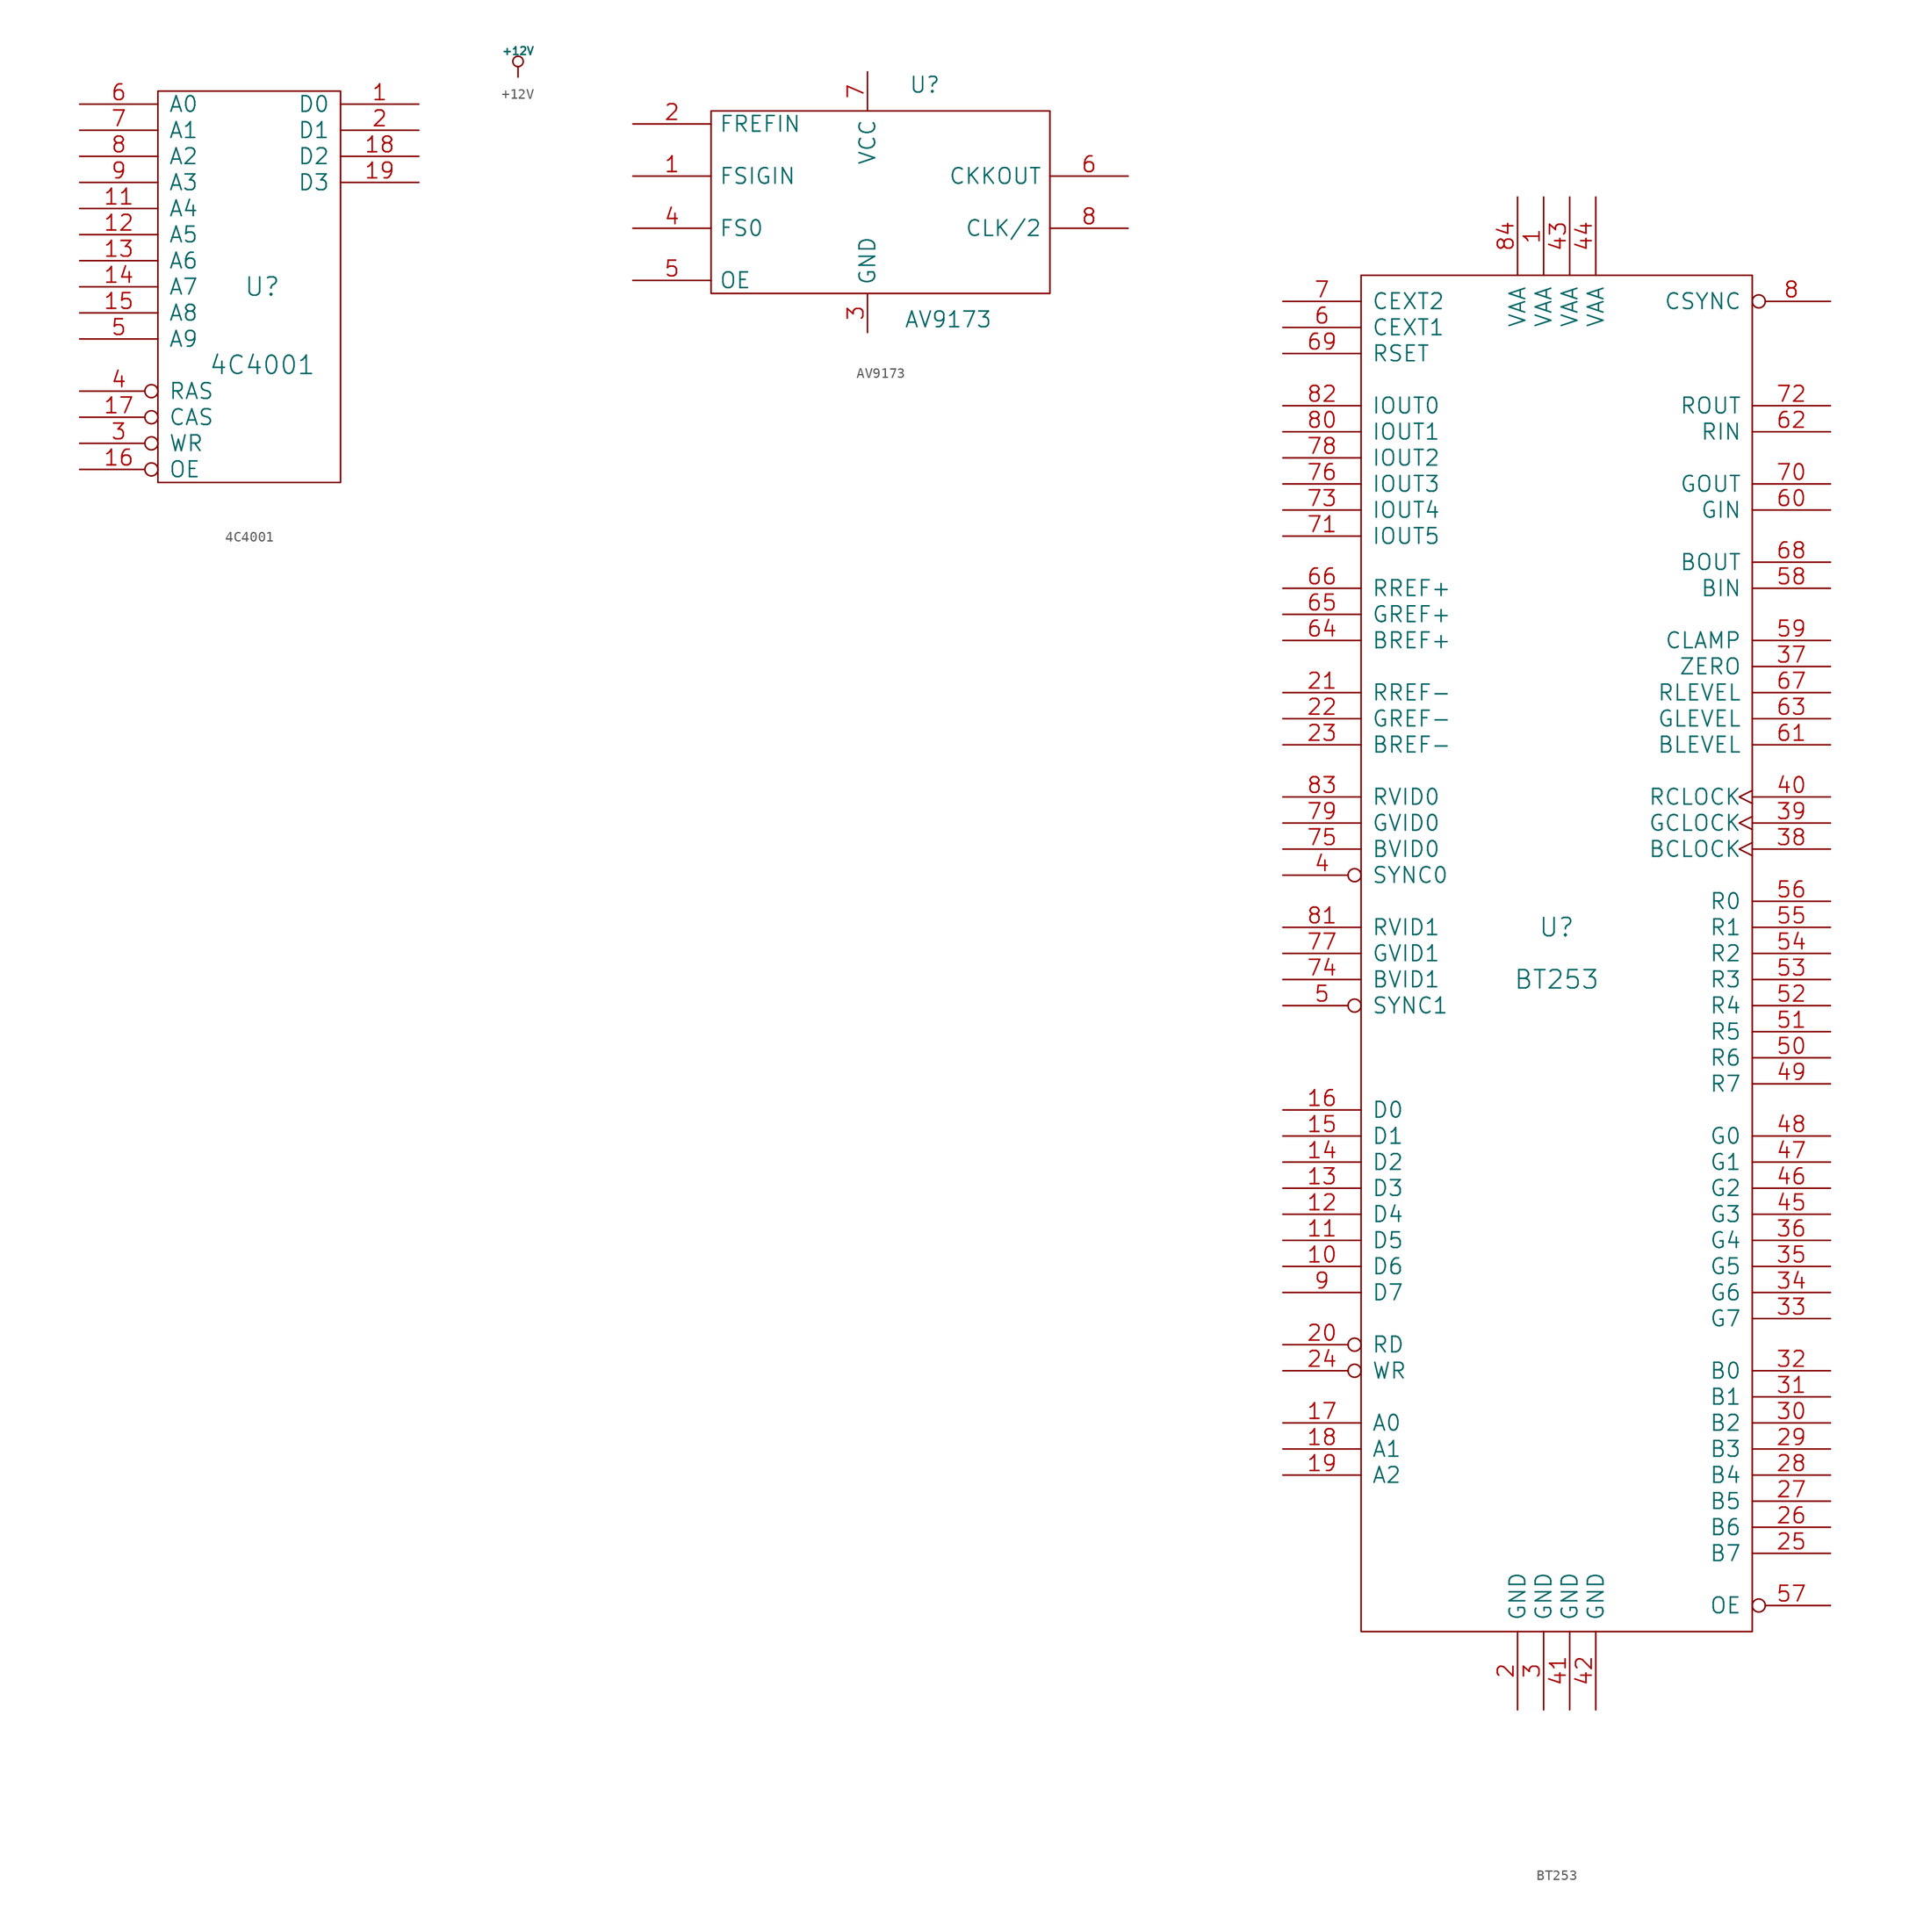
<source format=kicad_sym>
(kicad_symbol_lib
  (version 20231120)
  (generator "kicad_symbol_editor")
  (generator_version "8.0")
  (symbol "4C4001"
    (pin_names
      (offset 1.016))
    (property "Reference" "U"
      (at 1.27 0 0)
      (effects (font (size 1.778 1.778))))
    (property "Value" "4C4001"
      (at 1.27 -7.62 0)
      (effects (font (size 1.778 1.778))))
    (property "Footprint" ""
      (at 0 0 0)
      (effects (font (size 1.524 1.524))))
    (property "Datasheet" ""
      (at 0 0 0)
      (effects (font (size 1.524 1.524))))
    (symbol "4C4001_0_1"
      (rectangle (start -8.89 19.05) (end 8.89 -19.05) (stroke (width 0) (type default)) (fill (type none))))
    (symbol "4C4001_1_1"
      (pin tri_state line (at 16.51 17.78 180) (length 7.62) (name "D0" (effects (font (size 1.524 1.524)))) (number "1" (effects (font (size 1.524 1.524)))))
      (pin power_in line (at -6.35 19.05 90) (length 0) hide (name "VCC" (effects (font (size 1.524 1.524)))) (number "10" (effects (font (size 1.524 1.524)))))
      (pin input line (at -16.51 7.62 0) (length 7.62) (name "A4" (effects (font (size 1.524 1.524)))) (number "11" (effects (font (size 1.524 1.524)))))
      (pin input line (at -16.51 5.08 0) (length 7.62) (name "A5" (effects (font (size 1.524 1.524)))) (number "12" (effects (font (size 1.524 1.524)))))
      (pin input line (at -16.51 2.54 0) (length 7.62) (name "A6" (effects (font (size 1.524 1.524)))) (number "13" (effects (font (size 1.524 1.524)))))
      (pin input line (at -16.51 0 0) (length 7.62) (name "A7" (effects (font (size 1.524 1.524)))) (number "14" (effects (font (size 1.524 1.524)))))
      (pin input line (at -16.51 -2.54 0) (length 7.62) (name "A8" (effects (font (size 1.524 1.524)))) (number "15" (effects (font (size 1.524 1.524)))))
      (pin input inverted (at -16.51 -17.78 0) (length 7.62) (name "OE" (effects (font (size 1.524 1.524)))) (number "16" (effects (font (size 1.524 1.524)))))
      (pin input inverted (at -16.51 -12.7 0) (length 7.62) (name "CAS" (effects (font (size 1.524 1.524)))) (number "17" (effects (font (size 1.524 1.524)))))
      (pin tri_state line (at 16.51 12.7 180) (length 7.62) (name "D2" (effects (font (size 1.524 1.524)))) (number "18" (effects (font (size 1.524 1.524)))))
      (pin tri_state line (at 16.51 10.16 180) (length 7.62) (name "D3" (effects (font (size 1.524 1.524)))) (number "19" (effects (font (size 1.524 1.524)))))
      (pin tri_state line (at 16.51 15.24 180) (length 7.62) (name "D1" (effects (font (size 1.524 1.524)))) (number "2" (effects (font (size 1.524 1.524)))))
      (pin power_in line (at -6.35 -19.05 90) (length 0) hide (name "GND" (effects (font (size 1.524 1.524)))) (number "20" (effects (font (size 1.524 1.524)))))
      (pin input inverted (at -16.51 -15.24 0) (length 7.62) (name "WR" (effects (font (size 1.524 1.524)))) (number "3" (effects (font (size 1.524 1.524)))))
      (pin input inverted (at -16.51 -10.16 0) (length 7.62) (name "RAS" (effects (font (size 1.524 1.524)))) (number "4" (effects (font (size 1.524 1.524)))))
      (pin input line (at -16.51 -5.08 0) (length 7.62) (name "A9" (effects (font (size 1.524 1.524)))) (number "5" (effects (font (size 1.524 1.524)))))
      (pin input line (at -16.51 17.78 0) (length 7.62) (name "A0" (effects (font (size 1.524 1.524)))) (number "6" (effects (font (size 1.524 1.524)))))
      (pin input line (at -16.51 15.24 0) (length 7.62) (name "A1" (effects (font (size 1.524 1.524)))) (number "7" (effects (font (size 1.524 1.524)))))
      (pin input line (at -16.51 12.7 0) (length 7.62) (name "A2" (effects (font (size 1.524 1.524)))) (number "8" (effects (font (size 1.524 1.524)))))
      (pin input line (at -16.51 10.16 0) (length 7.62) (name "A3" (effects (font (size 1.524 1.524)))) (number "9" (effects (font (size 1.524 1.524)))))))
  (symbol "+12V"
    (power)
    (pin_numbers hide)
    (pin_names
      (offset 0))
    (property "Reference" "#PWR"
      (at 0 -1.27 0)
      (effects (font (size 0.508 0.508)) (hide yes)))
    (property "Value" "+12V"
      (at 0 2.54 0)
      (effects (font (size 0.762 0.762))))
    (property "Footprint" ""
      (at 0 0 0)
      (effects (font (size 1.524 1.524))))
    (property "Datasheet" ""
      (at 0 0 0)
      (effects (font (size 1.524 1.524))))
    (symbol "+12V_0_0"
      (pin power_in line (at 0 0 90) (length 0) hide (name "+12V" (effects (font (size 0.762 0.762)))) (number "1" (effects (font (size 0.508 0.508))))))
    (symbol "+12V_0_1"
      (polyline (pts (xy 0 0) (xy 0 1.016) (xy 0 1.016)) (stroke (width 0) (type default)) (fill (type none)))
      (circle (center 0 1.524) (radius 0.508) (stroke (width 0) (type default)) (fill (type none)))))
  (symbol "AV9173"
    (pin_names
      (offset 0.762))
    (property "Reference" "U"
      (at 4.318 11.43 0)
      (effects (font (size 1.524 1.524))))
    (property "Value" "AV9173"
      (at 6.604 -11.43 0)
      (effects (font (size 1.524 1.524))))
    (property "Footprint" ""
      (at 0 0 0)
      (effects (font (size 1.524 1.524))))
    (property "Datasheet" ""
      (at 0 0 0)
      (effects (font (size 1.524 1.524))))
    (symbol "AV9173_0_1"
      (rectangle (start -16.51 8.89) (end 16.51 -8.89) (stroke (width 0) (type default)) (fill (type none))))
    (symbol "AV9173_1_1"
      (pin input line (at -24.13 2.54 0) (length 7.62) (name "FSIGIN" (effects (font (size 1.524 1.524)))) (number "1" (effects (font (size 1.524 1.524)))))
      (pin input line (at -24.13 7.62 0) (length 7.62) (name "FREFIN" (effects (font (size 1.524 1.524)))) (number "2" (effects (font (size 1.524 1.524)))))
      (pin input line (at -1.27 -12.7 90) (length 3.81) (name "GND" (effects (font (size 1.524 1.524)))) (number "3" (effects (font (size 1.524 1.524)))))
      (pin input line (at -24.13 -2.54 0) (length 7.62) (name "FS0" (effects (font (size 1.524 1.524)))) (number "4" (effects (font (size 1.524 1.524)))))
      (pin input line (at -24.13 -7.62 0) (length 7.62) (name "OE" (effects (font (size 1.524 1.524)))) (number "5" (effects (font (size 1.524 1.524)))))
      (pin tri_state line (at 24.13 2.54 180) (length 7.62) (name "CKKOUT" (effects (font (size 1.524 1.524)))) (number "6" (effects (font (size 1.524 1.524)))))
      (pin input line (at -1.27 12.7 270) (length 3.81) (name "VCC" (effects (font (size 1.524 1.524)))) (number "7" (effects (font (size 1.524 1.524)))))
      (pin tri_state line (at 24.13 -2.54 180) (length 7.62) (name "CLK/2" (effects (font (size 1.524 1.524)))) (number "8" (effects (font (size 1.524 1.524)))))))
  (symbol "BT253"
    (pin_names
      (offset 1.016))
    (property "Reference" "U"
      (at 0 2.54 0)
      (effects (font (size 1.778 1.778))))
    (property "Value" "BT253"
      (at 0 -2.54 0)
      (effects (font (size 1.778 1.778))))
    (property "Footprint" ""
      (at 0 0 0)
      (effects (font (size 1.524 1.524))))
    (property "Datasheet" ""
      (at 0 0 0)
      (effects (font (size 1.524 1.524))))
    (symbol "BT253_0_1"
      (rectangle (start -19.05 -66.04) (end 19.05 66.04) (stroke (width 0) (type default)) (fill (type none))))
    (symbol "BT253_1_1"
      (pin input line (at -1.27 73.66 270) (length 7.62) (name "VAA" (effects (font (size 1.524 1.524)))) (number "1" (effects (font (size 1.524 1.524)))))
      (pin tri_state line (at -26.67 -30.48 0) (length 7.62) (name "D6" (effects (font (size 1.524 1.524)))) (number "10" (effects (font (size 1.524 1.524)))))
      (pin tri_state line (at -26.67 -27.94 0) (length 7.62) (name "D5" (effects (font (size 1.524 1.524)))) (number "11" (effects (font (size 1.524 1.524)))))
      (pin tri_state line (at -26.67 -25.4 0) (length 7.62) (name "D4" (effects (font (size 1.524 1.524)))) (number "12" (effects (font (size 1.524 1.524)))))
      (pin tri_state line (at -26.67 -22.86 0) (length 7.62) (name "D3" (effects (font (size 1.524 1.524)))) (number "13" (effects (font (size 1.524 1.524)))))
      (pin tri_state line (at -26.67 -20.32 0) (length 7.62) (name "D2" (effects (font (size 1.524 1.524)))) (number "14" (effects (font (size 1.524 1.524)))))
      (pin tri_state line (at -26.67 -17.78 0) (length 7.62) (name "D1" (effects (font (size 1.524 1.524)))) (number "15" (effects (font (size 1.524 1.524)))))
      (pin tri_state line (at -26.67 -15.24 0) (length 7.62) (name "D0" (effects (font (size 1.524 1.524)))) (number "16" (effects (font (size 1.524 1.524)))))
      (pin input line (at -26.67 -45.72 0) (length 7.62) (name "A0" (effects (font (size 1.524 1.524)))) (number "17" (effects (font (size 1.524 1.524)))))
      (pin input line (at -26.67 -48.26 0) (length 7.62) (name "A1" (effects (font (size 1.524 1.524)))) (number "18" (effects (font (size 1.524 1.524)))))
      (pin input line (at -26.67 -50.8 0) (length 7.62) (name "A2" (effects (font (size 1.524 1.524)))) (number "19" (effects (font (size 1.524 1.524)))))
      (pin input line (at -3.81 -73.66 90) (length 7.62) (name "GND" (effects (font (size 1.524 1.524)))) (number "2" (effects (font (size 1.524 1.524)))))
      (pin input inverted (at -26.67 -38.1 0) (length 7.62) (name "RD" (effects (font (size 1.524 1.524)))) (number "20" (effects (font (size 1.524 1.524)))))
      (pin input line (at -26.67 25.4 0) (length 7.62) (name "RREF-" (effects (font (size 1.524 1.524)))) (number "21" (effects (font (size 1.524 1.524)))))
      (pin input line (at -26.67 22.86 0) (length 7.62) (name "GREF-" (effects (font (size 1.524 1.524)))) (number "22" (effects (font (size 1.524 1.524)))))
      (pin input line (at -26.67 20.32 0) (length 7.62) (name "BREF-" (effects (font (size 1.524 1.524)))) (number "23" (effects (font (size 1.524 1.524)))))
      (pin input inverted (at -26.67 -40.64 0) (length 7.62) (name "WR" (effects (font (size 1.524 1.524)))) (number "24" (effects (font (size 1.524 1.524)))))
      (pin tri_state line (at 26.67 -58.42 180) (length 7.62) (name "B7" (effects (font (size 1.524 1.524)))) (number "25" (effects (font (size 1.524 1.524)))))
      (pin tri_state line (at 26.67 -55.88 180) (length 7.62) (name "B6" (effects (font (size 1.524 1.524)))) (number "26" (effects (font (size 1.524 1.524)))))
      (pin tri_state line (at 26.67 -53.34 180) (length 7.62) (name "B5" (effects (font (size 1.524 1.524)))) (number "27" (effects (font (size 1.524 1.524)))))
      (pin tri_state line (at 26.67 -50.8 180) (length 7.62) (name "B4" (effects (font (size 1.524 1.524)))) (number "28" (effects (font (size 1.524 1.524)))))
      (pin tri_state line (at 26.67 -48.26 180) (length 7.62) (name "B3" (effects (font (size 1.524 1.524)))) (number "29" (effects (font (size 1.524 1.524)))))
      (pin input line (at -1.27 -73.66 90) (length 7.62) (name "GND" (effects (font (size 1.524 1.524)))) (number "3" (effects (font (size 1.524 1.524)))))
      (pin tri_state line (at 26.67 -45.72 180) (length 7.62) (name "B2" (effects (font (size 1.524 1.524)))) (number "30" (effects (font (size 1.524 1.524)))))
      (pin tri_state line (at 26.67 -43.18 180) (length 7.62) (name "B1" (effects (font (size 1.524 1.524)))) (number "31" (effects (font (size 1.524 1.524)))))
      (pin tri_state line (at 26.67 -40.64 180) (length 7.62) (name "B0" (effects (font (size 1.524 1.524)))) (number "32" (effects (font (size 1.524 1.524)))))
      (pin tri_state line (at 26.67 -35.56 180) (length 7.62) (name "G7" (effects (font (size 1.524 1.524)))) (number "33" (effects (font (size 1.524 1.524)))))
      (pin tri_state line (at 26.67 -33.02 180) (length 7.62) (name "G6" (effects (font (size 1.524 1.524)))) (number "34" (effects (font (size 1.524 1.524)))))
      (pin tri_state line (at 26.67 -30.48 180) (length 7.62) (name "G5" (effects (font (size 1.524 1.524)))) (number "35" (effects (font (size 1.524 1.524)))))
      (pin tri_state line (at 26.67 -27.94 180) (length 7.62) (name "G4" (effects (font (size 1.524 1.524)))) (number "36" (effects (font (size 1.524 1.524)))))
      (pin input line (at 26.67 27.94 180) (length 7.62) (name "ZERO" (effects (font (size 1.524 1.524)))) (number "37" (effects (font (size 1.524 1.524)))))
      (pin input clock (at 26.67 10.16 180) (length 7.62) (name "BCLOCK" (effects (font (size 1.524 1.524)))) (number "38" (effects (font (size 1.524 1.524)))))
      (pin input clock (at 26.67 12.7 180) (length 7.62) (name "GCLOCK" (effects (font (size 1.524 1.524)))) (number "39" (effects (font (size 1.524 1.524)))))
      (pin input inverted (at -26.67 7.62 0) (length 7.62) (name "SYNC0" (effects (font (size 1.524 1.524)))) (number "4" (effects (font (size 1.524 1.524)))))
      (pin input clock (at 26.67 15.24 180) (length 7.62) (name "RCLOCK" (effects (font (size 1.524 1.524)))) (number "40" (effects (font (size 1.524 1.524)))))
      (pin input line (at 1.27 -73.66 90) (length 7.62) (name "GND" (effects (font (size 1.524 1.524)))) (number "41" (effects (font (size 1.524 1.524)))))
      (pin input line (at 3.81 -73.66 90) (length 7.62) (name "GND" (effects (font (size 1.524 1.524)))) (number "42" (effects (font (size 1.524 1.524)))))
      (pin input line (at 1.27 73.66 270) (length 7.62) (name "VAA" (effects (font (size 1.524 1.524)))) (number "43" (effects (font (size 1.524 1.524)))))
      (pin input line (at 3.81 73.66 270) (length 7.62) (name "VAA" (effects (font (size 1.524 1.524)))) (number "44" (effects (font (size 1.524 1.524)))))
      (pin tri_state line (at 26.67 -25.4 180) (length 7.62) (name "G3" (effects (font (size 1.524 1.524)))) (number "45" (effects (font (size 1.524 1.524)))))
      (pin tri_state line (at 26.67 -22.86 180) (length 7.62) (name "G2" (effects (font (size 1.524 1.524)))) (number "46" (effects (font (size 1.524 1.524)))))
      (pin tri_state line (at 26.67 -20.32 180) (length 7.62) (name "G1" (effects (font (size 1.524 1.524)))) (number "47" (effects (font (size 1.524 1.524)))))
      (pin tri_state line (at 26.67 -17.78 180) (length 7.62) (name "G0" (effects (font (size 1.524 1.524)))) (number "48" (effects (font (size 1.524 1.524)))))
      (pin tri_state line (at 26.67 -12.7 180) (length 7.62) (name "R7" (effects (font (size 1.524 1.524)))) (number "49" (effects (font (size 1.524 1.524)))))
      (pin input inverted (at -26.67 -5.08 0) (length 7.62) (name "SYNC1" (effects (font (size 1.524 1.524)))) (number "5" (effects (font (size 1.524 1.524)))))
      (pin tri_state line (at 26.67 -10.16 180) (length 7.62) (name "R6" (effects (font (size 1.524 1.524)))) (number "50" (effects (font (size 1.524 1.524)))))
      (pin tri_state line (at 26.67 -7.62 180) (length 7.62) (name "R5" (effects (font (size 1.524 1.524)))) (number "51" (effects (font (size 1.524 1.524)))))
      (pin tri_state line (at 26.67 -5.08 180) (length 7.62) (name "R4" (effects (font (size 1.524 1.524)))) (number "52" (effects (font (size 1.524 1.524)))))
      (pin tri_state line (at 26.67 -2.54 180) (length 7.62) (name "R3" (effects (font (size 1.524 1.524)))) (number "53" (effects (font (size 1.524 1.524)))))
      (pin tri_state line (at 26.67 0 180) (length 7.62) (name "R2" (effects (font (size 1.524 1.524)))) (number "54" (effects (font (size 1.524 1.524)))))
      (pin tri_state line (at 26.67 2.54 180) (length 7.62) (name "R1" (effects (font (size 1.524 1.524)))) (number "55" (effects (font (size 1.524 1.524)))))
      (pin tri_state line (at 26.67 5.08 180) (length 7.62) (name "R0" (effects (font (size 1.524 1.524)))) (number "56" (effects (font (size 1.524 1.524)))))
      (pin input inverted (at 26.67 -63.5 180) (length 7.62) (name "OE" (effects (font (size 1.524 1.524)))) (number "57" (effects (font (size 1.524 1.524)))))
      (pin input line (at 26.67 35.56 180) (length 7.62) (name "BIN" (effects (font (size 1.524 1.524)))) (number "58" (effects (font (size 1.524 1.524)))))
      (pin input line (at 26.67 30.48 180) (length 7.62) (name "CLAMP" (effects (font (size 1.524 1.524)))) (number "59" (effects (font (size 1.524 1.524)))))
      (pin output line (at -26.67 60.96 0) (length 7.62) (name "CEXT1" (effects (font (size 1.524 1.524)))) (number "6" (effects (font (size 1.524 1.524)))))
      (pin input line (at 26.67 43.18 180) (length 7.62) (name "GIN" (effects (font (size 1.524 1.524)))) (number "60" (effects (font (size 1.524 1.524)))))
      (pin input line (at 26.67 20.32 180) (length 7.62) (name "BLEVEL" (effects (font (size 1.524 1.524)))) (number "61" (effects (font (size 1.524 1.524)))))
      (pin input line (at 26.67 50.8 180) (length 7.62) (name "RIN" (effects (font (size 1.524 1.524)))) (number "62" (effects (font (size 1.524 1.524)))))
      (pin input line (at 26.67 22.86 180) (length 7.62) (name "GLEVEL" (effects (font (size 1.524 1.524)))) (number "63" (effects (font (size 1.524 1.524)))))
      (pin input line (at -26.67 30.48 0) (length 7.62) (name "BREF+" (effects (font (size 1.524 1.524)))) (number "64" (effects (font (size 1.524 1.524)))))
      (pin input line (at -26.67 33.02 0) (length 7.62) (name "GREF+" (effects (font (size 1.524 1.524)))) (number "65" (effects (font (size 1.524 1.524)))))
      (pin input line (at -26.67 35.56 0) (length 7.62) (name "RREF+" (effects (font (size 1.524 1.524)))) (number "66" (effects (font (size 1.524 1.524)))))
      (pin input line (at 26.67 25.4 180) (length 7.62) (name "RLEVEL" (effects (font (size 1.524 1.524)))) (number "67" (effects (font (size 1.524 1.524)))))
      (pin output line (at 26.67 38.1 180) (length 7.62) (name "BOUT" (effects (font (size 1.524 1.524)))) (number "68" (effects (font (size 1.524 1.524)))))
      (pin input line (at -26.67 58.42 0) (length 7.62) (name "RSET" (effects (font (size 1.524 1.524)))) (number "69" (effects (font (size 1.524 1.524)))))
      (pin input line (at -26.67 63.5 0) (length 7.62) (name "CEXT2" (effects (font (size 1.524 1.524)))) (number "7" (effects (font (size 1.524 1.524)))))
      (pin output line (at 26.67 45.72 180) (length 7.62) (name "GOUT" (effects (font (size 1.524 1.524)))) (number "70" (effects (font (size 1.524 1.524)))))
      (pin passive line (at -26.67 40.64 0) (length 7.62) (name "IOUT5" (effects (font (size 1.524 1.524)))) (number "71" (effects (font (size 1.524 1.524)))))
      (pin output line (at 26.67 53.34 180) (length 7.62) (name "ROUT" (effects (font (size 1.524 1.524)))) (number "72" (effects (font (size 1.524 1.524)))))
      (pin passive line (at -26.67 43.18 0) (length 7.62) (name "IOUT4" (effects (font (size 1.524 1.524)))) (number "73" (effects (font (size 1.524 1.524)))))
      (pin input line (at -26.67 -2.54 0) (length 7.62) (name "BVID1" (effects (font (size 1.524 1.524)))) (number "74" (effects (font (size 1.524 1.524)))))
      (pin input line (at -26.67 10.16 0) (length 7.62) (name "BVID0" (effects (font (size 1.524 1.524)))) (number "75" (effects (font (size 1.524 1.524)))))
      (pin passive line (at -26.67 45.72 0) (length 7.62) (name "IOUT3" (effects (font (size 1.524 1.524)))) (number "76" (effects (font (size 1.524 1.524)))))
      (pin input line (at -26.67 0 0) (length 7.62) (name "GVID1" (effects (font (size 1.524 1.524)))) (number "77" (effects (font (size 1.524 1.524)))))
      (pin passive line (at -26.67 48.26 0) (length 7.62) (name "IOUT2" (effects (font (size 1.524 1.524)))) (number "78" (effects (font (size 1.524 1.524)))))
      (pin input line (at -26.67 12.7 0) (length 7.62) (name "GVID0" (effects (font (size 1.524 1.524)))) (number "79" (effects (font (size 1.524 1.524)))))
      (pin output inverted (at 26.67 63.5 180) (length 7.62) (name "CSYNC" (effects (font (size 1.524 1.524)))) (number "8" (effects (font (size 1.524 1.524)))))
      (pin passive line (at -26.67 50.8 0) (length 7.62) (name "IOUT1" (effects (font (size 1.524 1.524)))) (number "80" (effects (font (size 1.524 1.524)))))
      (pin input line (at -26.67 2.54 0) (length 7.62) (name "RVID1" (effects (font (size 1.524 1.524)))) (number "81" (effects (font (size 1.524 1.524)))))
      (pin passive line (at -26.67 53.34 0) (length 7.62) (name "IOUT0" (effects (font (size 1.524 1.524)))) (number "82" (effects (font (size 1.524 1.524)))))
      (pin input line (at -26.67 15.24 0) (length 7.62) (name "RVID0" (effects (font (size 1.524 1.524)))) (number "83" (effects (font (size 1.524 1.524)))))
      (pin input line (at -3.81 73.66 270) (length 7.62) (name "VAA" (effects (font (size 1.524 1.524)))) (number "84" (effects (font (size 1.524 1.524)))))
      (pin tri_state line (at -26.67 -33.02 0) (length 7.62) (name "D7" (effects (font (size 1.524 1.524)))) (number "9" (effects (font (size 1.524 1.524))))))))
</source>
